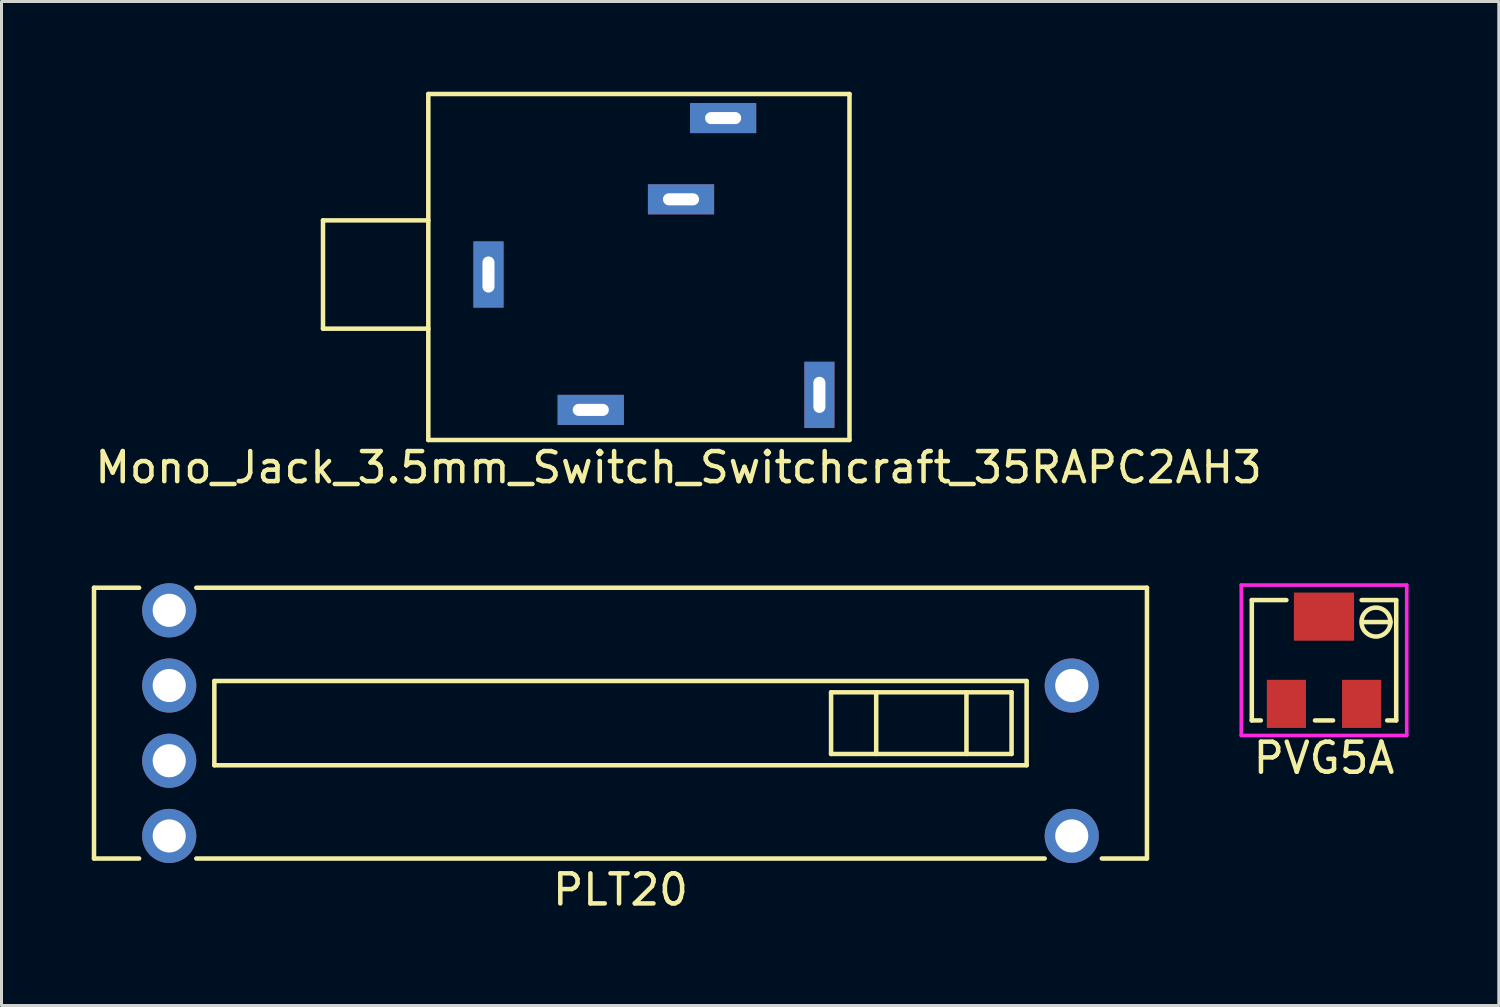
<source format=kicad_pcb>
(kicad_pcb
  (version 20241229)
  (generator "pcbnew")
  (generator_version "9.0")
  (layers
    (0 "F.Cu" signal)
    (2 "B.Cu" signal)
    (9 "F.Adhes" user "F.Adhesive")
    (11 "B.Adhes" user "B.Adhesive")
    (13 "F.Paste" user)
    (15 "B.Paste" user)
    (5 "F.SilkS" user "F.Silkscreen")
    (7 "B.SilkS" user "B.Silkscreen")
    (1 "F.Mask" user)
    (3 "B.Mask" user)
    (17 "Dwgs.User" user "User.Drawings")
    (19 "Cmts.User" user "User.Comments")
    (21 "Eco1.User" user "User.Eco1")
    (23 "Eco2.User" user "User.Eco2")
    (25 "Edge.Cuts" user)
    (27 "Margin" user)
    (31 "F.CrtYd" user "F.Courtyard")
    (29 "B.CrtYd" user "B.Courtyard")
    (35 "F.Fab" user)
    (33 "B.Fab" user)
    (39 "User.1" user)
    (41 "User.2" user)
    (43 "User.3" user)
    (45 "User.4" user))
  (footprint "Mono_Jack_3.5mm_Switch_Switchcraft_35RAPC2AH3"
    (layer "F.Cu")
    (at 11.187 6.075)
    (property "Reference" "Mono_Jack_3.5mm_Switch_Switchcraft_35RAPC2AH3" (at 8.319 6.413 0) (layer "F.SilkS") (effects (font (size 1 1) (thickness 0.15))))
    (attr through_hole)
    (fp_line (start -3.5 -1.8) (end -3.5 1.8) (stroke (width 0.15) (type solid)) (layer "F.SilkS"))
    (fp_line (start 0 -6) (end 14 -6) (stroke (width 0.15) (type solid)) (layer "F.SilkS"))
    (fp_line (start 0 -1.8) (end -3.5 -1.8) (stroke (width 0.15) (type solid)) (layer "F.SilkS"))
    (fp_line (start 0 1.8) (end -3.5 1.8) (stroke (width 0.15) (type solid)) (layer "F.SilkS"))
    (fp_line (start 0 5.5) (end 0 -6) (stroke (width 0.15) (type solid)) (layer "F.SilkS"))
    (fp_line (start 14 -6) (end 14 5.5) (stroke (width 0.15) (type solid)) (layer "F.SilkS"))
    (fp_line (start 14 5.5) (end 0 5.5) (stroke (width 0.15) (type solid)) (layer "F.SilkS"))
    (pad "1" thru_hole rect (at 2 0) (size 1 2.2) (drill oval 0.4 1.2) (layers "*.Cu" "*.Mask"))
    (pad "2" thru_hole rect (at 13 4) (size 1 2.2) (drill oval 0.4 1.2) (layers "*.Cu" "*.Mask"))
    (pad "3" thru_hole rect (at 5.4 4.5) (size 2.2 1) (drill oval 1.2 0.4) (layers "*.Cu" "*.Mask"))
    (pad "~" thru_hole rect (at 8.4 -2.5) (size 2.2 1) (drill oval 1.2 0.4) (layers "*.Cu" "*.Mask"))
    (pad "~" thru_hole rect (at 9.8 -5.2) (size 2.2 1) (drill oval 1.2 0.4) (layers "*.Cu" "*.Mask")))
  (footprint "PVG5A"
    (layer "F.Cu")
    (at 40.96 18.897)
    (property "Reference" "PVG5A" (at 0 3.251 0) (layer "F.SilkS") (effects (font (size 1 1) (thickness 0.15))))
    (attr through_hole)
    (fp_line (start -2.4 -2) (end -1.25 -2) (stroke (width 0.15) (type solid)) (layer "F.SilkS"))
    (fp_line (start -2.4 2) (end -2.4 -2) (stroke (width 0.15) (type solid)) (layer "F.SilkS"))
    (fp_line (start -2.4 2) (end -2.1 2) (stroke (width 0.15) (type solid)) (layer "F.SilkS"))
    (fp_line (start 0.3 2) (end -0.3 2) (stroke (width 0.15) (type solid)) (layer "F.SilkS"))
    (fp_line (start 1.25 -2) (end 2.4 -2) (stroke (width 0.15) (type solid)) (layer "F.SilkS"))
    (fp_line (start 1.27 -1.27) (end 2.134 -1.27) (stroke (width 0.15) (type solid)) (layer "F.SilkS"))
    (fp_line (start 2.134 -1.27) (end 2.209 -1.27) (stroke (width 0.15) (type solid)) (layer "F.SilkS"))
    (fp_line (start 2.4 -2) (end 2.4 2) (stroke (width 0.15) (type solid)) (layer "F.SilkS"))
    (fp_line (start 2.4 2) (end 2.1 2) (stroke (width 0.15) (type solid)) (layer "F.SilkS"))
    (fp_circle (center 1.727 -1.27) (end 2.184 -1.118) (stroke (width 0.15) (type solid)) (fill no) (layer "F.SilkS"))
    (fp_line (start -2.75 -2.5) (end 2.75 -2.5) (stroke (width 0.12) (type solid)) (layer "F.CrtYd"))
    (fp_line (start -2.75 2.5) (end -2.75 -2.5) (stroke (width 0.12) (type solid)) (layer "F.CrtYd"))
    (fp_line (start 2.75 -2.5) (end 2.75 2.5) (stroke (width 0.12) (type solid)) (layer "F.CrtYd"))
    (fp_line (start 2.75 2.5) (end -2.75 2.5) (stroke (width 0.12) (type solid)) (layer "F.CrtYd"))
    (pad "1" smd rect (at -1.25 1.45) (size 1.3 1.6) (layers "F.Cu" "F.Mask" "F.Paste"))
    (pad "2" smd rect (at 0 -1.45) (size 2 1.6) (layers "F.Cu" "F.Mask" "F.Paste"))
    (pad "3" smd rect (at 1.25 1.45) (size 1.3 1.6) (layers "F.Cu" "F.Mask" "F.Paste")))
  (footprint "PLT20"
    (layer "F.Cu")
    (at 17.575 20.987)
    (property "Reference" "PLT20" (at 0 5.537 0) (layer "F.SilkS") (effects (font (size 1 1) (thickness 0.15))))
    (attr through_hole)
    (fp_line (start -17.5 -4.5) (end -17.5 4.5) (stroke (width 0.15) (type solid)) (layer "F.SilkS"))
    (fp_line (start -17.5 -4.5) (end -16 -4.5) (stroke (width 0.15) (type solid)) (layer "F.SilkS"))
    (fp_line (start -17.5 4.5) (end -16 4.5) (stroke (width 0.15) (type solid)) (layer "F.SilkS"))
    (fp_line (start -14.1 4.5) (end 14.1 4.5) (stroke (width 0.15) (type solid)) (layer "F.SilkS"))
    (fp_line (start -13.5 -1.4) (end -13.5 1.4) (stroke (width 0.15) (type solid)) (layer "F.SilkS"))
    (fp_line (start -13.5 1.4) (end 13.5 1.4) (stroke (width 0.15) (type solid)) (layer "F.SilkS"))
    (fp_line (start 7 -1.025) (end 7 1.025) (stroke (width 0.15) (type solid)) (layer "F.SilkS"))
    (fp_line (start 7 1.025) (end 13 1.025) (stroke (width 0.15) (type solid)) (layer "F.SilkS"))
    (fp_line (start 8.5 -1.025) (end 8.5 1.025) (stroke (width 0.15) (type solid)) (layer "F.SilkS"))
    (fp_line (start 11.5 -1.025) (end 11.5 1.025) (stroke (width 0.15) (type solid)) (layer "F.SilkS"))
    (fp_line (start 13 -1.025) (end 7 -1.025) (stroke (width 0.15) (type solid)) (layer "F.SilkS"))
    (fp_line (start 13 1.025) (end 13 -1.025) (stroke (width 0.15) (type solid)) (layer "F.SilkS"))
    (fp_line (start 13.5 -1.4) (end -13.5 -1.4) (stroke (width 0.15) (type solid)) (layer "F.SilkS"))
    (fp_line (start 13.5 1.4) (end 13.5 -1.4) (stroke (width 0.15) (type solid)) (layer "F.SilkS"))
    (fp_line (start 17.5 -4.5) (end -14.1 -4.5) (stroke (width 0.15) (type solid)) (layer "F.SilkS"))
    (fp_line (start 17.5 4.5) (end 16 4.5) (stroke (width 0.15) (type solid)) (layer "F.SilkS"))
    (fp_line (start 17.5 4.5) (end 17.5 -4.5) (stroke (width 0.15) (type solid)) (layer "F.SilkS"))
    (pad "" thru_hole circle (at -15 1.25) (size 1.8 1.8) (drill 1.1) (layers "*.Cu" "*.Mask"))
    (pad "1" thru_hole circle (at -15 -1.25) (size 1.8 1.8) (drill 1.1) (layers "*.Cu" "*.Mask"))
    (pad "2" thru_hole circle (at -15 -3.75) (size 1.8 1.8) (drill 1.1) (layers "*.Cu" "*.Mask"))
    (pad "3" thru_hole circle (at 15 -1.25) (size 1.8 1.8) (drill 1.1) (layers "*.Cu" "*.Mask"))
    (pad "4" thru_hole circle (at 15 3.75) (size 1.8 1.8) (drill 1.1) (layers "*.Cu" "*.Mask"))
    (pad "5" thru_hole circle (at -15 3.75) (size 1.8 1.8) (drill 1.1) (layers "*.Cu" "*.Mask")))
  (gr_rect
    (start -3 -3)
    (end 46.77 30.372)
    (stroke (width 0.1) (type default))
    (fill no)
    (layer "Edge.Cuts")))
</source>
